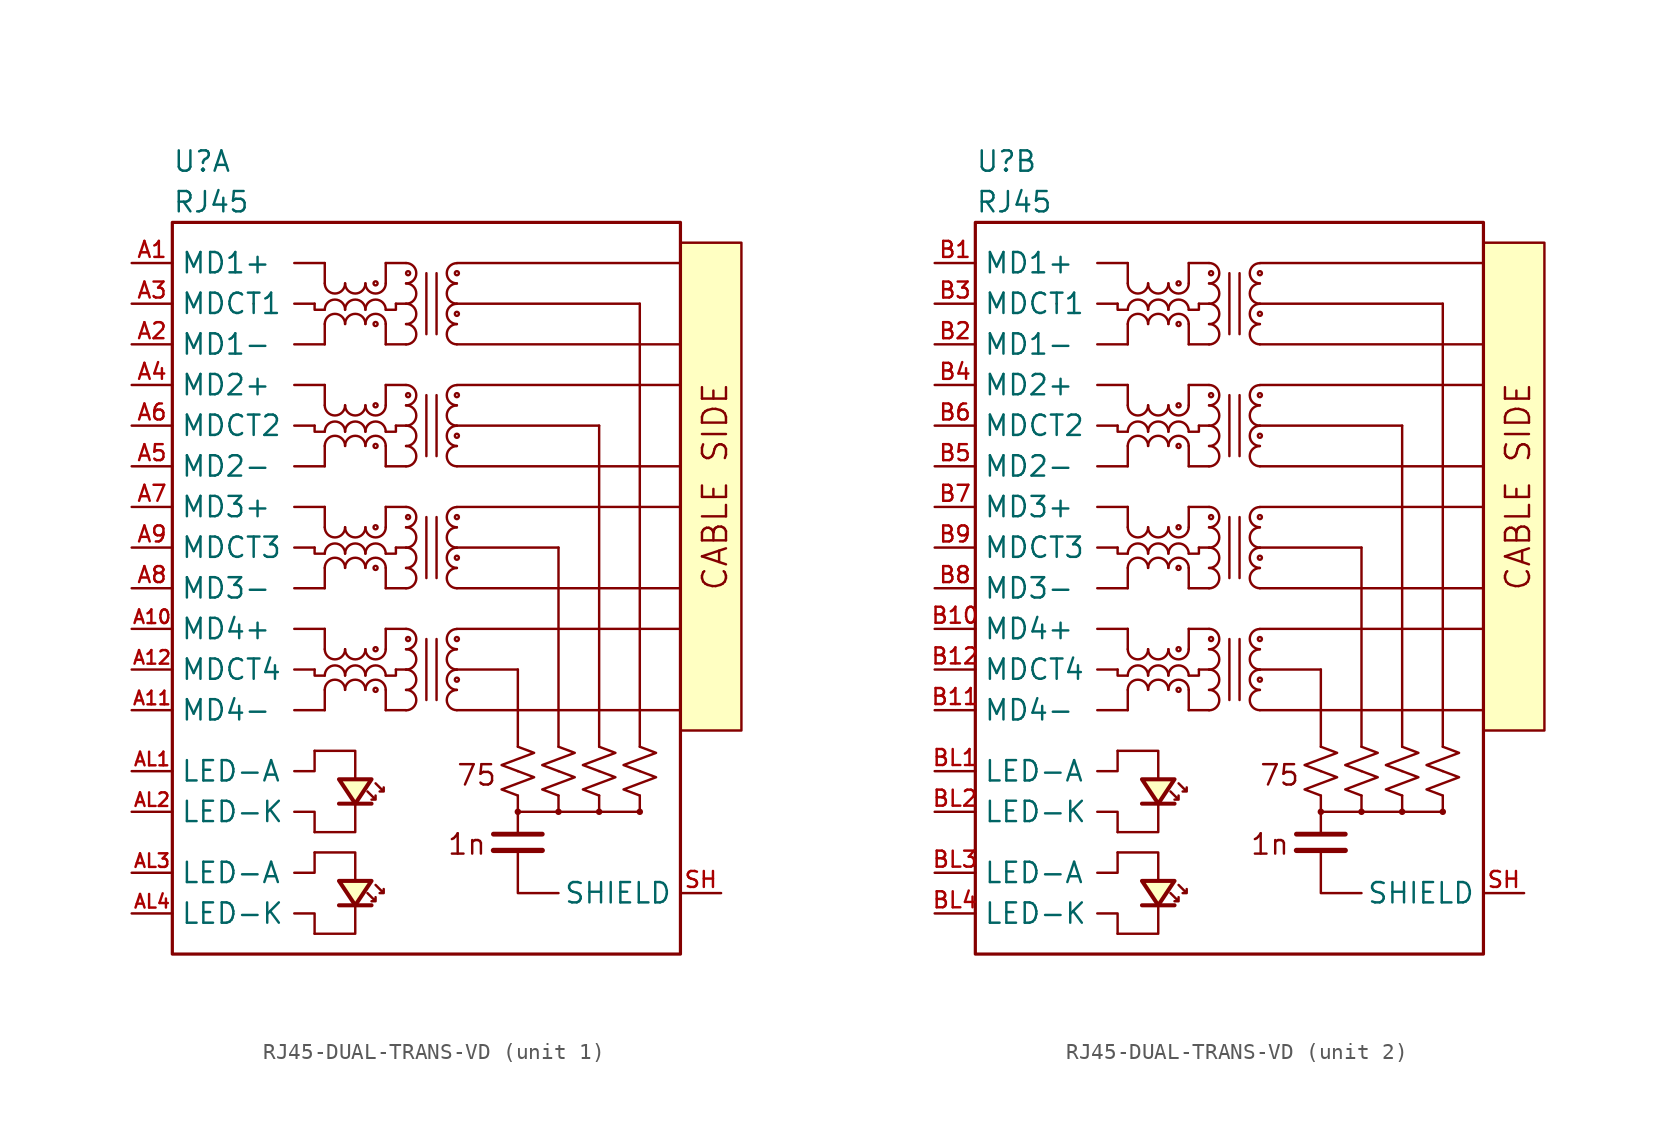
<source format=kicad_sym>
(kicad_symbol_lib
  (version 20231120)
  (generator "kicad_symbol_editor")
  (generator_version "8.0")
  (symbol "RJ45-DUAL-TRANS-VD"
    (property "Reference" "U"
      (at 0 3.81 0)
      (effects (font (size 1.27 1.27)) (justify left)))
    (property "Value" "RJ45"
      (at 0 1.27 0)
      (effects (font (size 1.27 1.27)) (justify left)))
    (symbol "RJ45-DUAL-TRANS-VD_0_0"
      (pin power_in line (at 34.29 -41.91 180) (length 2.54) (name "SHIELD" (effects (font (size 1.27 1.27)))) (number "SH" (effects (font (size 1 1))))))
    (symbol "RJ45-DUAL-TRANS-VD_0_1"
      (polyline (pts (xy 5.08 -5.08) (xy 5.08 -5.08)) (stroke (width 0) (type default)) (fill (type none)))
      (polyline (pts (xy 8.89 -27.94) (xy 7.62 -27.94)) (stroke (width 0) (type default)) (fill (type none)))
      (polyline (pts (xy 8.89 -20.32) (xy 7.62 -20.32)) (stroke (width 0) (type default)) (fill (type none)))
      (polyline (pts (xy 8.89 -12.7) (xy 7.62 -12.7)) (stroke (width 0) (type default)) (fill (type none)))
      (polyline (pts (xy 8.89 -5.08) (xy 7.62 -5.08)) (stroke (width 0) (type default)) (fill (type none)))
      (polyline (pts (xy 9.525 -30.48) (xy 7.62 -30.48)) (stroke (width 0) (type default)) (fill (type none)))
      (polyline (pts (xy 9.525 -30.48) (xy 9.525 -29.21)) (stroke (width 0) (type default)) (fill (type none)))
      (polyline (pts (xy 9.525 -26.67) (xy 9.525 -25.4)) (stroke (width 0) (type default)) (fill (type none)))
      (polyline (pts (xy 9.525 -25.4) (xy 7.62 -25.4)) (stroke (width 0) (type default)) (fill (type none)))
      (polyline (pts (xy 9.525 -22.86) (xy 7.62 -22.86)) (stroke (width 0) (type default)) (fill (type none)))
      (polyline (pts (xy 9.525 -22.86) (xy 9.525 -21.59)) (stroke (width 0) (type default)) (fill (type none)))
      (polyline (pts (xy 9.525 -19.05) (xy 9.525 -17.78)) (stroke (width 0) (type default)) (fill (type none)))
      (polyline (pts (xy 9.525 -17.78) (xy 7.62 -17.78)) (stroke (width 0) (type default)) (fill (type none)))
      (polyline (pts (xy 9.525 -15.24) (xy 7.62 -15.24)) (stroke (width 0) (type default)) (fill (type none)))
      (polyline (pts (xy 9.525 -15.24) (xy 9.525 -13.97)) (stroke (width 0) (type default)) (fill (type none)))
      (polyline (pts (xy 9.525 -11.43) (xy 9.525 -10.16)) (stroke (width 0) (type default)) (fill (type none)))
      (polyline (pts (xy 9.525 -10.16) (xy 7.62 -10.16)) (stroke (width 0) (type default)) (fill (type none)))
      (polyline (pts (xy 9.525 -7.62) (xy 7.62 -7.62)) (stroke (width 0) (type default)) (fill (type none)))
      (polyline (pts (xy 9.525 -7.62) (xy 9.525 -6.35)) (stroke (width 0) (type default)) (fill (type none)))
      (polyline (pts (xy 9.525 -3.81) (xy 9.525 -2.54)) (stroke (width 0) (type default)) (fill (type none)))
      (polyline (pts (xy 9.525 -2.54) (xy 7.62 -2.54)) (stroke (width 0) (type default)) (fill (type none)))
      (polyline (pts (xy 10.414 -42.672) (xy 12.446 -42.672)) (stroke (width 0.254) (type default)) (fill (type none)))
      (polyline (pts (xy 10.414 -36.322) (xy 12.446 -36.322)) (stroke (width 0.254) (type default)) (fill (type none)))
      (polyline (pts (xy 13.335 -29.21) (xy 13.335 -30.48)) (stroke (width 0) (type default)) (fill (type none)))
      (polyline (pts (xy 13.335 -25.4) (xy 13.335 -26.67)) (stroke (width 0) (type default)) (fill (type none)))
      (polyline (pts (xy 13.335 -21.59) (xy 13.335 -22.86)) (stroke (width 0) (type default)) (fill (type none)))
      (polyline (pts (xy 13.335 -17.78) (xy 13.335 -19.05)) (stroke (width 0) (type default)) (fill (type none)))
      (polyline (pts (xy 13.335 -13.97) (xy 13.335 -15.24)) (stroke (width 0) (type default)) (fill (type none)))
      (polyline (pts (xy 13.335 -10.16) (xy 13.335 -11.43)) (stroke (width 0) (type default)) (fill (type none)))
      (polyline (pts (xy 13.335 -6.35) (xy 13.335 -7.62)) (stroke (width 0) (type default)) (fill (type none)))
      (polyline (pts (xy 13.335 -2.54) (xy 13.335 -3.81)) (stroke (width 0) (type default)) (fill (type none)))
      (polyline (pts (xy 13.97 -27.94) (xy 14.605 -27.94)) (stroke (width 0) (type default)) (fill (type none)))
      (polyline (pts (xy 13.97 -20.32) (xy 14.605 -20.32)) (stroke (width 0) (type default)) (fill (type none)))
      (polyline (pts (xy 13.97 -12.7) (xy 14.605 -12.7)) (stroke (width 0) (type default)) (fill (type none)))
      (polyline (pts (xy 13.97 -5.08) (xy 14.605 -5.08)) (stroke (width 0) (type default)) (fill (type none)))
      (polyline (pts (xy 14.605 -30.48) (xy 13.335 -30.48)) (stroke (width 0) (type default)) (fill (type none)))
      (polyline (pts (xy 14.605 -25.4) (xy 13.335 -25.4)) (stroke (width 0) (type default)) (fill (type none)))
      (polyline (pts (xy 14.605 -22.86) (xy 13.335 -22.86)) (stroke (width 0) (type default)) (fill (type none)))
      (polyline (pts (xy 14.605 -17.78) (xy 13.335 -17.78)) (stroke (width 0) (type default)) (fill (type none)))
      (polyline (pts (xy 14.605 -15.24) (xy 13.335 -15.24)) (stroke (width 0) (type default)) (fill (type none)))
      (polyline (pts (xy 14.605 -10.16) (xy 13.335 -10.16)) (stroke (width 0) (type default)) (fill (type none)))
      (polyline (pts (xy 14.605 -7.62) (xy 13.335 -7.62)) (stroke (width 0) (type default)) (fill (type none)))
      (polyline (pts (xy 14.605 -2.54) (xy 13.335 -2.54)) (stroke (width 0) (type default)) (fill (type none)))
      (polyline (pts (xy 15.875 -29.845) (xy 15.875 -26.035)) (stroke (width 0) (type default)) (fill (type none)))
      (polyline (pts (xy 15.875 -22.225) (xy 15.875 -18.415)) (stroke (width 0) (type default)) (fill (type none)))
      (polyline (pts (xy 15.875 -14.605) (xy 15.875 -10.795)) (stroke (width 0) (type default)) (fill (type none)))
      (polyline (pts (xy 15.875 -6.985) (xy 15.875 -3.175)) (stroke (width 0) (type default)) (fill (type none)))
      (polyline (pts (xy 16.51 -29.845) (xy 16.51 -26.035)) (stroke (width 0) (type default)) (fill (type none)))
      (polyline (pts (xy 16.51 -22.225) (xy 16.51 -18.415)) (stroke (width 0) (type default)) (fill (type none)))
      (polyline (pts (xy 16.51 -14.605) (xy 16.51 -10.795)) (stroke (width 0) (type default)) (fill (type none)))
      (polyline (pts (xy 16.51 -6.985) (xy 16.51 -3.175)) (stroke (width 0) (type default)) (fill (type none)))
      (polyline (pts (xy 20.066 -39.243) (xy 23.114 -39.243)) (stroke (width 0.33) (type default)) (fill (type none)))
      (polyline (pts (xy 20.066 -38.227) (xy 23.114 -38.227)) (stroke (width 0.305) (type default)) (fill (type none)))
      (polyline (pts (xy 21.59 -36.83) (xy 21.59 -38.227)) (stroke (width 0) (type default)) (fill (type none)))
      (polyline (pts (xy 21.59 -36.83) (xy 29.21 -36.83)) (stroke (width 0) (type default)) (fill (type none)))
      (polyline (pts (xy 21.59 -35.814) (xy 21.59 -36.83)) (stroke (width 0) (type default)) (fill (type none)))
      (polyline (pts (xy 21.59 -32.766) (xy 21.59 -27.94)) (stroke (width 0) (type default)) (fill (type none)))
      (polyline (pts (xy 21.59 -27.94) (xy 17.78 -27.94)) (stroke (width 0) (type default)) (fill (type none)))
      (polyline (pts (xy 24.13 -35.814) (xy 24.13 -36.83)) (stroke (width 0) (type default)) (fill (type none)))
      (polyline (pts (xy 24.13 -32.766) (xy 24.13 -20.32)) (stroke (width 0) (type default)) (fill (type none)))
      (polyline (pts (xy 24.13 -20.32) (xy 17.78 -20.32)) (stroke (width 0) (type default)) (fill (type none)))
      (polyline (pts (xy 26.67 -35.814) (xy 26.67 -36.83)) (stroke (width 0) (type default)) (fill (type none)))
      (polyline (pts (xy 26.67 -32.766) (xy 26.67 -12.7)) (stroke (width 0) (type default)) (fill (type none)))
      (polyline (pts (xy 26.67 -12.7) (xy 17.78 -12.7)) (stroke (width 0) (type default)) (fill (type none)))
      (polyline (pts (xy 29.21 -35.814) (xy 29.21 -36.83)) (stroke (width 0) (type default)) (fill (type none)))
      (polyline (pts (xy 29.21 -32.766) (xy 29.21 -5.08)) (stroke (width 0) (type default)) (fill (type none)))
      (polyline (pts (xy 29.21 -5.08) (xy 17.78 -5.08)) (stroke (width 0) (type default)) (fill (type none)))
      (polyline (pts (xy 31.75 -30.48) (xy 17.78 -30.48)) (stroke (width 0) (type default)) (fill (type none)))
      (polyline (pts (xy 31.75 -25.4) (xy 17.78 -25.4)) (stroke (width 0) (type default)) (fill (type none)))
      (polyline (pts (xy 31.75 -22.86) (xy 17.78 -22.86)) (stroke (width 0) (type default)) (fill (type none)))
      (polyline (pts (xy 31.75 -17.78) (xy 17.78 -17.78)) (stroke (width 0) (type default)) (fill (type none)))
      (polyline (pts (xy 31.75 -15.24) (xy 17.78 -15.24)) (stroke (width 0) (type default)) (fill (type none)))
      (polyline (pts (xy 31.75 -10.16) (xy 17.78 -10.16)) (stroke (width 0) (type default)) (fill (type none)))
      (polyline (pts (xy 31.75 -7.62) (xy 17.78 -7.62)) (stroke (width 0) (type default)) (fill (type none)))
      (polyline (pts (xy 31.75 -2.54) (xy 17.78 -2.54)) (stroke (width 0) (type default)) (fill (type none)))
      (polyline (pts (xy 8.89 -44.45) (xy 8.89 -43.18) (xy 7.62 -43.18)) (stroke (width 0) (type default)) (fill (type none)))
      (polyline (pts (xy 8.89 -39.37) (xy 8.89 -40.64) (xy 7.62 -40.64)) (stroke (width 0) (type default)) (fill (type none)))
      (polyline (pts (xy 8.89 -38.1) (xy 8.89 -36.83) (xy 7.62 -36.83)) (stroke (width 0) (type default)) (fill (type none)))
      (polyline (pts (xy 8.89 -33.02) (xy 8.89 -34.29) (xy 7.62 -34.29)) (stroke (width 0) (type default)) (fill (type none)))
      (polyline (pts (xy 8.89 -27.94) (xy 8.89 -28.321) (xy 9.525 -28.321)) (stroke (width 0) (type default)) (fill (type none)))
      (polyline (pts (xy 8.89 -20.32) (xy 8.89 -20.701) (xy 9.525 -20.701)) (stroke (width 0) (type default)) (fill (type none)))
      (polyline (pts (xy 8.89 -12.7) (xy 8.89 -13.081) (xy 9.525 -13.081)) (stroke (width 0) (type default)) (fill (type none)))
      (polyline (pts (xy 8.89 -5.08) (xy 8.89 -5.461) (xy 9.525 -5.461)) (stroke (width 0) (type default)) (fill (type none)))
      (polyline (pts (xy 11.43 -42.672) (xy 11.43 -44.45) (xy 8.89 -44.45)) (stroke (width 0) (type default)) (fill (type none)))
      (polyline (pts (xy 11.43 -41.148) (xy 11.43 -39.37) (xy 8.89 -39.37)) (stroke (width 0) (type default)) (fill (type none)))
      (polyline (pts (xy 11.43 -36.322) (xy 11.43 -38.1) (xy 8.89 -38.1)) (stroke (width 0) (type default)) (fill (type none)))
      (polyline (pts (xy 11.43 -34.798) (xy 11.43 -33.02) (xy 8.89 -33.02)) (stroke (width 0) (type default)) (fill (type none)))
      (polyline (pts (xy 13.97 -27.94) (xy 13.97 -28.321) (xy 13.335 -28.321)) (stroke (width 0) (type default)) (fill (type none)))
      (polyline (pts (xy 13.97 -20.32) (xy 13.97 -20.701) (xy 13.335 -20.701)) (stroke (width 0) (type default)) (fill (type none)))
      (polyline (pts (xy 13.97 -12.7) (xy 13.97 -13.081) (xy 13.335 -13.081)) (stroke (width 0) (type default)) (fill (type none)))
      (polyline (pts (xy 13.97 -5.08) (xy 13.97 -5.461) (xy 13.335 -5.461)) (stroke (width 0) (type default)) (fill (type none)))
      (polyline (pts (xy 21.59 -39.243) (xy 21.59 -41.91) (xy 24.13 -41.91)) (stroke (width 0) (type default)) (fill (type none)))
      (polyline (pts (xy 10.414 -41.148) (xy 11.43 -42.672) (xy 12.446 -41.148) (xy 10.414 -41.148)) (stroke (width 0.254) (type default)) (fill (type background)))
      (polyline (pts (xy 10.414 -34.798) (xy 11.43 -36.322) (xy 12.446 -34.798) (xy 10.414 -34.798)) (stroke (width 0.254) (type default)) (fill (type background)))
      (polyline (pts (xy 12.192 -41.91) (xy 12.7 -42.418) (xy 12.7 -42.164) (xy 12.7 -42.418) (xy 12.446 -42.418)) (stroke (width 0) (type default)) (fill (type none)))
      (polyline (pts (xy 12.192 -35.56) (xy 12.7 -36.068) (xy 12.7 -35.814) (xy 12.7 -36.068) (xy 12.446 -36.068)) (stroke (width 0) (type default)) (fill (type none)))
      (polyline (pts (xy 12.7 -41.402) (xy 13.208 -41.91) (xy 13.208 -41.656) (xy 13.208 -41.91) (xy 12.954 -41.91)) (stroke (width 0) (type default)) (fill (type none)))
      (polyline (pts (xy 12.7 -35.052) (xy 13.208 -35.56) (xy 13.208 -35.306) (xy 13.208 -35.56) (xy 12.954 -35.56)) (stroke (width 0) (type default)) (fill (type none)))
      (polyline (pts (xy 21.59 -34.29) (xy 22.606 -34.671) (xy 21.59 -35.052) (xy 20.574 -35.433) (xy 21.59 -35.814)) (stroke (width 0) (type default)) (fill (type none)))
      (polyline (pts (xy 21.59 -32.766) (xy 22.606 -33.147) (xy 21.59 -33.528) (xy 20.574 -33.909) (xy 21.59 -34.29)) (stroke (width 0) (type default)) (fill (type none)))
      (polyline (pts (xy 24.13 -34.29) (xy 25.146 -34.671) (xy 24.13 -35.052) (xy 23.114 -35.433) (xy 24.13 -35.814)) (stroke (width 0) (type default)) (fill (type none)))
      (polyline (pts (xy 24.13 -32.766) (xy 25.146 -33.147) (xy 24.13 -33.528) (xy 23.114 -33.909) (xy 24.13 -34.29)) (stroke (width 0) (type default)) (fill (type none)))
      (polyline (pts (xy 26.67 -34.29) (xy 27.686 -34.671) (xy 26.67 -35.052) (xy 25.654 -35.433) (xy 26.67 -35.814)) (stroke (width 0) (type default)) (fill (type none)))
      (polyline (pts (xy 26.67 -32.766) (xy 27.686 -33.147) (xy 26.67 -33.528) (xy 25.654 -33.909) (xy 26.67 -34.29)) (stroke (width 0) (type default)) (fill (type none)))
      (polyline (pts (xy 29.21 -34.29) (xy 30.226 -34.671) (xy 29.21 -35.052) (xy 28.194 -35.433) (xy 29.21 -35.814)) (stroke (width 0) (type default)) (fill (type none)))
      (polyline (pts (xy 29.21 -32.766) (xy 30.226 -33.147) (xy 29.21 -33.528) (xy 28.194 -33.909) (xy 29.21 -34.29)) (stroke (width 0) (type default)) (fill (type none)))
      (rectangle (start 0 0) (end 31.75 -45.72) (stroke (width 0.2) (type default)) (fill (type none)))
      (arc (start 9.525 -26.67) (mid 10.16 -27.3023) (end 10.795 -26.67) (stroke (width 0) (type default)) (fill (type none)))
      (arc (start 9.525 -19.05) (mid 10.16 -19.6823) (end 10.795 -19.05) (stroke (width 0) (type default)) (fill (type none)))
      (arc (start 9.525 -11.43) (mid 10.16 -12.0623) (end 10.795 -11.43) (stroke (width 0) (type default)) (fill (type none)))
      (arc (start 9.525 -3.81) (mid 10.16 -4.4423) (end 10.795 -3.81) (stroke (width 0) (type default)) (fill (type none)))
      (arc (start 10.795 -29.21) (mid 10.16 -28.5777) (end 9.525 -29.21) (stroke (width 0) (type default)) (fill (type none)))
      (arc (start 10.795 -28.318) (mid 10.16 -27.686) (end 9.525 -28.318) (stroke (width 0) (type default)) (fill (type none)))
      (arc (start 10.795 -26.67) (mid 11.43 -27.3023) (end 12.065 -26.67) (stroke (width 0) (type default)) (fill (type none)))
      (arc (start 10.795 -21.59) (mid 10.16 -20.9577) (end 9.525 -21.59) (stroke (width 0) (type default)) (fill (type none)))
      (arc (start 10.795 -20.698) (mid 10.16 -20.066) (end 9.525 -20.698) (stroke (width 0) (type default)) (fill (type none)))
      (arc (start 10.795 -19.05) (mid 11.43 -19.6823) (end 12.065 -19.05) (stroke (width 0) (type default)) (fill (type none)))
      (arc (start 10.795 -13.97) (mid 10.16 -13.3377) (end 9.525 -13.97) (stroke (width 0) (type default)) (fill (type none)))
      (arc (start 10.795 -13.078) (mid 10.16 -12.446) (end 9.525 -13.078) (stroke (width 0) (type default)) (fill (type none)))
      (arc (start 10.795 -11.43) (mid 11.43 -12.0623) (end 12.065 -11.43) (stroke (width 0) (type default)) (fill (type none)))
      (arc (start 10.795 -6.35) (mid 10.16 -5.7177) (end 9.525 -6.35) (stroke (width 0) (type default)) (fill (type none)))
      (arc (start 10.795 -5.458) (mid 10.16 -4.826) (end 9.525 -5.458) (stroke (width 0) (type default)) (fill (type none)))
      (arc (start 10.795 -3.81) (mid 11.43 -4.4423) (end 12.065 -3.81) (stroke (width 0) (type default)) (fill (type none)))
      (arc (start 12.065 -29.21) (mid 11.43 -28.5777) (end 10.795 -29.21) (stroke (width 0) (type default)) (fill (type none)))
      (arc (start 12.065 -28.318) (mid 11.43 -27.686) (end 10.795 -28.318) (stroke (width 0) (type default)) (fill (type none)))
      (arc (start 12.065 -26.67) (mid 12.7 -27.3023) (end 13.335 -26.67) (stroke (width 0) (type default)) (fill (type none)))
      (arc (start 12.065 -21.59) (mid 11.43 -20.9577) (end 10.795 -21.59) (stroke (width 0) (type default)) (fill (type none)))
      (arc (start 12.065 -20.698) (mid 11.43 -20.066) (end 10.795 -20.698) (stroke (width 0) (type default)) (fill (type none)))
      (arc (start 12.065 -19.05) (mid 12.7 -19.6823) (end 13.335 -19.05) (stroke (width 0) (type default)) (fill (type none)))
      (arc (start 12.065 -13.97) (mid 11.43 -13.3377) (end 10.795 -13.97) (stroke (width 0) (type default)) (fill (type none)))
      (arc (start 12.065 -13.078) (mid 11.43 -12.446) (end 10.795 -13.078) (stroke (width 0) (type default)) (fill (type none)))
      (arc (start 12.065 -11.43) (mid 12.7 -12.0623) (end 13.335 -11.43) (stroke (width 0) (type default)) (fill (type none)))
      (arc (start 12.065 -6.35) (mid 11.43 -5.7177) (end 10.795 -6.35) (stroke (width 0) (type default)) (fill (type none)))
      (arc (start 12.065 -5.458) (mid 11.43 -4.826) (end 10.795 -5.458) (stroke (width 0) (type default)) (fill (type none)))
      (arc (start 12.065 -3.81) (mid 12.7 -4.4423) (end 13.335 -3.81) (stroke (width 0) (type default)) (fill (type none)))
      (circle (center 12.7 -29.21) (radius 0.127) (stroke (width 0) (type default)) (fill (type none)))
      (circle (center 12.7 -26.67) (radius 0.127) (stroke (width 0) (type default)) (fill (type none)))
      (circle (center 12.7 -21.59) (radius 0.127) (stroke (width 0) (type default)) (fill (type none)))
      (circle (center 12.7 -19.05) (radius 0.127) (stroke (width 0) (type default)) (fill (type none)))
      (circle (center 12.7 -13.97) (radius 0.127) (stroke (width 0) (type default)) (fill (type none)))
      (circle (center 12.7 -11.43) (radius 0.127) (stroke (width 0) (type default)) (fill (type none)))
      (circle (center 12.7 -6.35) (radius 0.127) (stroke (width 0) (type default)) (fill (type none)))
      (circle (center 12.7 -3.81) (radius 0.127) (stroke (width 0) (type default)) (fill (type none)))
      (arc (start 13.335 -29.21) (mid 12.7 -28.5777) (end 12.065 -29.21) (stroke (width 0) (type default)) (fill (type none)))
      (arc (start 13.335 -28.318) (mid 12.7 -27.686) (end 12.065 -28.318) (stroke (width 0) (type default)) (fill (type none)))
      (arc (start 13.335 -21.59) (mid 12.7 -20.9577) (end 12.065 -21.59) (stroke (width 0) (type default)) (fill (type none)))
      (arc (start 13.335 -20.698) (mid 12.7 -20.066) (end 12.065 -20.698) (stroke (width 0) (type default)) (fill (type none)))
      (arc (start 13.335 -13.97) (mid 12.7 -13.3377) (end 12.065 -13.97) (stroke (width 0) (type default)) (fill (type none)))
      (arc (start 13.335 -13.078) (mid 12.7 -12.446) (end 12.065 -13.078) (stroke (width 0) (type default)) (fill (type none)))
      (arc (start 13.335 -6.35) (mid 12.7 -5.7177) (end 12.065 -6.35) (stroke (width 0) (type default)) (fill (type none)))
      (arc (start 13.335 -5.458) (mid 12.7 -4.826) (end 12.065 -5.458) (stroke (width 0) (type default)) (fill (type none)))
      (arc (start 14.605 -30.48) (mid 15.2373 -29.845) (end 14.605 -29.21) (stroke (width 0) (type default)) (fill (type none)))
      (arc (start 14.605 -29.21) (mid 15.2373 -28.575) (end 14.605 -27.94) (stroke (width 0) (type default)) (fill (type none)))
      (arc (start 14.605 -27.94) (mid 15.2373 -27.305) (end 14.605 -26.67) (stroke (width 0) (type default)) (fill (type none)))
      (arc (start 14.605 -26.67) (mid 15.2373 -26.035) (end 14.605 -25.4) (stroke (width 0) (type default)) (fill (type none)))
      (arc (start 14.605 -22.86) (mid 15.2373 -22.225) (end 14.605 -21.59) (stroke (width 0) (type default)) (fill (type none)))
      (arc (start 14.605 -21.59) (mid 15.2373 -20.955) (end 14.605 -20.32) (stroke (width 0) (type default)) (fill (type none)))
      (arc (start 14.605 -20.32) (mid 15.2373 -19.685) (end 14.605 -19.05) (stroke (width 0) (type default)) (fill (type none)))
      (arc (start 14.605 -19.05) (mid 15.2373 -18.415) (end 14.605 -17.78) (stroke (width 0) (type default)) (fill (type none)))
      (arc (start 14.605 -15.24) (mid 15.2373 -14.605) (end 14.605 -13.97) (stroke (width 0) (type default)) (fill (type none)))
      (arc (start 14.605 -13.97) (mid 15.2373 -13.335) (end 14.605 -12.7) (stroke (width 0) (type default)) (fill (type none)))
      (arc (start 14.605 -12.7) (mid 15.2373 -12.065) (end 14.605 -11.43) (stroke (width 0) (type default)) (fill (type none)))
      (arc (start 14.605 -11.43) (mid 15.2373 -10.795) (end 14.605 -10.16) (stroke (width 0) (type default)) (fill (type none)))
      (arc (start 14.605 -7.62) (mid 15.2373 -6.985) (end 14.605 -6.35) (stroke (width 0) (type default)) (fill (type none)))
      (arc (start 14.605 -6.35) (mid 15.2373 -5.715) (end 14.605 -5.08) (stroke (width 0) (type default)) (fill (type none)))
      (arc (start 14.605 -5.08) (mid 15.2373 -4.445) (end 14.605 -3.81) (stroke (width 0) (type default)) (fill (type none)))
      (arc (start 14.605 -3.81) (mid 15.2373 -3.175) (end 14.605 -2.54) (stroke (width 0) (type default)) (fill (type none)))
      (circle (center 14.732 -26.035) (radius 0.127) (stroke (width 0) (type default)) (fill (type none)))
      (circle (center 14.732 -18.415) (radius 0.127) (stroke (width 0) (type default)) (fill (type none)))
      (circle (center 14.732 -10.795) (radius 0.127) (stroke (width 0) (type default)) (fill (type none)))
      (circle (center 14.732 -3.175) (radius 0.127) (stroke (width 0) (type default)) (fill (type none)))
      (arc (start 17.78 -29.21) (mid 17.1477 -29.845) (end 17.78 -30.48) (stroke (width 0) (type default)) (fill (type none)))
      (circle (center 17.78 -28.575) (radius 0.127) (stroke (width 0) (type default)) (fill (type none)))
      (arc (start 17.78 -27.94) (mid 17.1477 -28.575) (end 17.78 -29.21) (stroke (width 0) (type default)) (fill (type none)))
      (arc (start 17.78 -26.67) (mid 17.1477 -27.305) (end 17.78 -27.94) (stroke (width 0) (type default)) (fill (type none)))
      (circle (center 17.78 -26.035) (radius 0.127) (stroke (width 0) (type default)) (fill (type none)))
      (arc (start 17.78 -25.4) (mid 17.1477 -26.035) (end 17.78 -26.67) (stroke (width 0) (type default)) (fill (type none)))
      (arc (start 17.78 -21.59) (mid 17.1477 -22.225) (end 17.78 -22.86) (stroke (width 0) (type default)) (fill (type none)))
      (circle (center 17.78 -20.955) (radius 0.127) (stroke (width 0) (type default)) (fill (type none)))
      (arc (start 17.78 -20.32) (mid 17.1477 -20.955) (end 17.78 -21.59) (stroke (width 0) (type default)) (fill (type none)))
      (arc (start 17.78 -19.05) (mid 17.1477 -19.685) (end 17.78 -20.32) (stroke (width 0) (type default)) (fill (type none)))
      (circle (center 17.78 -18.415) (radius 0.127) (stroke (width 0) (type default)) (fill (type none)))
      (arc (start 17.78 -17.78) (mid 17.1477 -18.415) (end 17.78 -19.05) (stroke (width 0) (type default)) (fill (type none)))
      (arc (start 17.78 -13.97) (mid 17.1477 -14.605) (end 17.78 -15.24) (stroke (width 0) (type default)) (fill (type none)))
      (circle (center 17.78 -13.335) (radius 0.127) (stroke (width 0) (type default)) (fill (type none)))
      (arc (start 17.78 -12.7) (mid 17.1477 -13.335) (end 17.78 -13.97) (stroke (width 0) (type default)) (fill (type none)))
      (arc (start 17.78 -11.43) (mid 17.1477 -12.065) (end 17.78 -12.7) (stroke (width 0) (type default)) (fill (type none)))
      (circle (center 17.78 -10.795) (radius 0.127) (stroke (width 0) (type default)) (fill (type none)))
      (arc (start 17.78 -10.16) (mid 17.1477 -10.795) (end 17.78 -11.43) (stroke (width 0) (type default)) (fill (type none)))
      (arc (start 17.78 -6.35) (mid 17.1477 -6.985) (end 17.78 -7.62) (stroke (width 0) (type default)) (fill (type none)))
      (circle (center 17.78 -5.715) (radius 0.127) (stroke (width 0) (type default)) (fill (type none)))
      (arc (start 17.78 -5.08) (mid 17.1477 -5.715) (end 17.78 -6.35) (stroke (width 0) (type default)) (fill (type none)))
      (arc (start 17.78 -3.81) (mid 17.1477 -4.445) (end 17.78 -5.08) (stroke (width 0) (type default)) (fill (type none)))
      (circle (center 17.78 -3.175) (radius 0.127) (stroke (width 0) (type default)) (fill (type none)))
      (arc (start 17.78 -2.54) (mid 17.1477 -3.175) (end 17.78 -3.81) (stroke (width 0) (type default)) (fill (type none)))
      (circle (center 21.59 -36.83) (radius 0.127) (stroke (width 0) (type default)) (fill (type outline)))
      (circle (center 24.13 -36.83) (radius 0.127) (stroke (width 0) (type default)) (fill (type outline)))
      (circle (center 26.67 -36.83) (radius 0.127) (stroke (width 0) (type default)) (fill (type outline)))
      (circle (center 29.21 -36.83) (radius 0.127) (stroke (width 0) (type default)) (fill (type outline)))
      (rectangle (start 31.75 -1.27) (end 35.56 -31.75) (stroke (width 0) (type default)) (fill (type background)))
      (text "1n" (at 19.685 -38.862 0) (effects (font (size 1.27 1.27)) (justify right)))
      (text "75" (at 20.32 -34.544 0) (effects (font (size 1.27 1.27)) (justify right)))
      (text "CABLE SIDE" (at 33.909 -16.51 900) (effects (font (size 1.5 1.5)))))
    (symbol "RJ45-DUAL-TRANS-VD_1_0"
      (pin bidirectional line (at -2.54 -2.54 0) (length 2.54) (name "MD1+" (effects (font (size 1.27 1.27)))) (number "A1" (effects (font (size 1 1)))))
      (pin bidirectional line (at -2.54 -25.4 0) (length 2.54) (name "MD4+" (effects (font (size 1.27 1.27)))) (number "A10" (effects (font (size 0.85 0.85)))))
      (pin bidirectional line (at -2.54 -30.48 0) (length 2.54) (name "MD4-" (effects (font (size 1.27 1.27)))) (number "A11" (effects (font (size 0.85 0.85)))))
      (pin passive line (at -2.54 -27.94 0) (length 2.54) (name "MDCT4" (effects (font (size 1.27 1.27)))) (number "A12" (effects (font (size 0.85 0.85)))))
      (pin bidirectional line (at -2.54 -7.62 0) (length 2.54) (name "MD1-" (effects (font (size 1.27 1.27)))) (number "A2" (effects (font (size 1 1)))))
      (pin passive line (at -2.54 -5.08 0) (length 2.54) (name "MDCT1" (effects (font (size 1.27 1.27)))) (number "A3" (effects (font (size 1 1)))))
      (pin bidirectional line (at -2.54 -10.16 0) (length 2.54) (name "MD2+" (effects (font (size 1.27 1.27)))) (number "A4" (effects (font (size 1 1)))))
      (pin bidirectional line (at -2.54 -15.24 0) (length 2.54) (name "MD2-" (effects (font (size 1.27 1.27)))) (number "A5" (effects (font (size 1 1)))))
      (pin passive line (at -2.54 -12.7 0) (length 2.54) (name "MDCT2" (effects (font (size 1.27 1.27)))) (number "A6" (effects (font (size 1 1)))))
      (pin bidirectional line (at -2.54 -17.78 0) (length 2.54) (name "MD3+" (effects (font (size 1.27 1.27)))) (number "A7" (effects (font (size 1 1)))))
      (pin bidirectional line (at -2.54 -22.86 0) (length 2.54) (name "MD3-" (effects (font (size 1.27 1.27)))) (number "A8" (effects (font (size 1 1)))))
      (pin passive line (at -2.54 -20.32 0) (length 2.54) (name "MDCT3" (effects (font (size 1.27 1.27)))) (number "A9" (effects (font (size 1 1)))))
      (pin passive line (at -2.54 -34.29 0) (length 2.54) (name "LED-A" (effects (font (size 1.27 1.27)))) (number "AL1" (effects (font (size 0.85 0.85)))))
      (pin passive line (at -2.54 -36.83 0) (length 2.54) (name "LED-K" (effects (font (size 1.27 1.27)))) (number "AL2" (effects (font (size 0.85 0.85)))))
      (pin passive line (at -2.54 -40.64 0) (length 2.54) (name "LED-A" (effects (font (size 1.27 1.27)))) (number "AL3" (effects (font (size 0.85 0.85)))))
      (pin passive line (at -2.54 -43.18 0) (length 2.54) (name "LED-K" (effects (font (size 1.27 1.27)))) (number "AL4" (effects (font (size 0.85 0.85))))))
    (symbol "RJ45-DUAL-TRANS-VD_2_0"
      (pin bidirectional line (at -2.54 -2.54 0) (length 2.54) (name "MD1+" (effects (font (size 1.27 1.27)))) (number "B1" (effects (font (size 1 1)))))
      (pin bidirectional line (at -2.54 -25.4 0) (length 2.54) (name "MD4+" (effects (font (size 1.27 1.27)))) (number "B10" (effects (font (size 1 1)))))
      (pin bidirectional line (at -2.54 -30.48 0) (length 2.54) (name "MD4-" (effects (font (size 1.27 1.27)))) (number "B11" (effects (font (size 1 1)))))
      (pin passive line (at -2.54 -27.94 0) (length 2.54) (name "MDCT4" (effects (font (size 1.27 1.27)))) (number "B12" (effects (font (size 1 1)))))
      (pin bidirectional line (at -2.54 -7.62 0) (length 2.54) (name "MD1-" (effects (font (size 1.27 1.27)))) (number "B2" (effects (font (size 1 1)))))
      (pin passive line (at -2.54 -5.08 0) (length 2.54) (name "MDCT1" (effects (font (size 1.27 1.27)))) (number "B3" (effects (font (size 1 1)))))
      (pin bidirectional line (at -2.54 -10.16 0) (length 2.54) (name "MD2+" (effects (font (size 1.27 1.27)))) (number "B4" (effects (font (size 1 1)))))
      (pin bidirectional line (at -2.54 -15.24 0) (length 2.54) (name "MD2-" (effects (font (size 1.27 1.27)))) (number "B5" (effects (font (size 1 1)))))
      (pin passive line (at -2.54 -12.7 0) (length 2.54) (name "MDCT2" (effects (font (size 1.27 1.27)))) (number "B6" (effects (font (size 1 1)))))
      (pin bidirectional line (at -2.54 -17.78 0) (length 2.54) (name "MD3+" (effects (font (size 1.27 1.27)))) (number "B7" (effects (font (size 1 1)))))
      (pin bidirectional line (at -2.54 -22.86 0) (length 2.54) (name "MD3-" (effects (font (size 1.27 1.27)))) (number "B8" (effects (font (size 1 1)))))
      (pin passive line (at -2.54 -20.32 0) (length 2.54) (name "MDCT3" (effects (font (size 1.27 1.27)))) (number "B9" (effects (font (size 1 1)))))
      (pin passive line (at -2.54 -34.29 0) (length 2.54) (name "LED-A" (effects (font (size 1.27 1.27)))) (number "BL1" (effects (font (size 1 1)))))
      (pin passive line (at -2.54 -36.83 0) (length 2.54) (name "LED-K" (effects (font (size 1.27 1.27)))) (number "BL2" (effects (font (size 1 1)))))
      (pin passive line (at -2.54 -40.64 0) (length 2.54) (name "LED-A" (effects (font (size 1.27 1.27)))) (number "BL3" (effects (font (size 1 1)))))
      (pin passive line (at -2.54 -43.18 0) (length 2.54) (name "LED-K" (effects (font (size 1.27 1.27)))) (number "BL4" (effects (font (size 1 1))))))))
</source>
